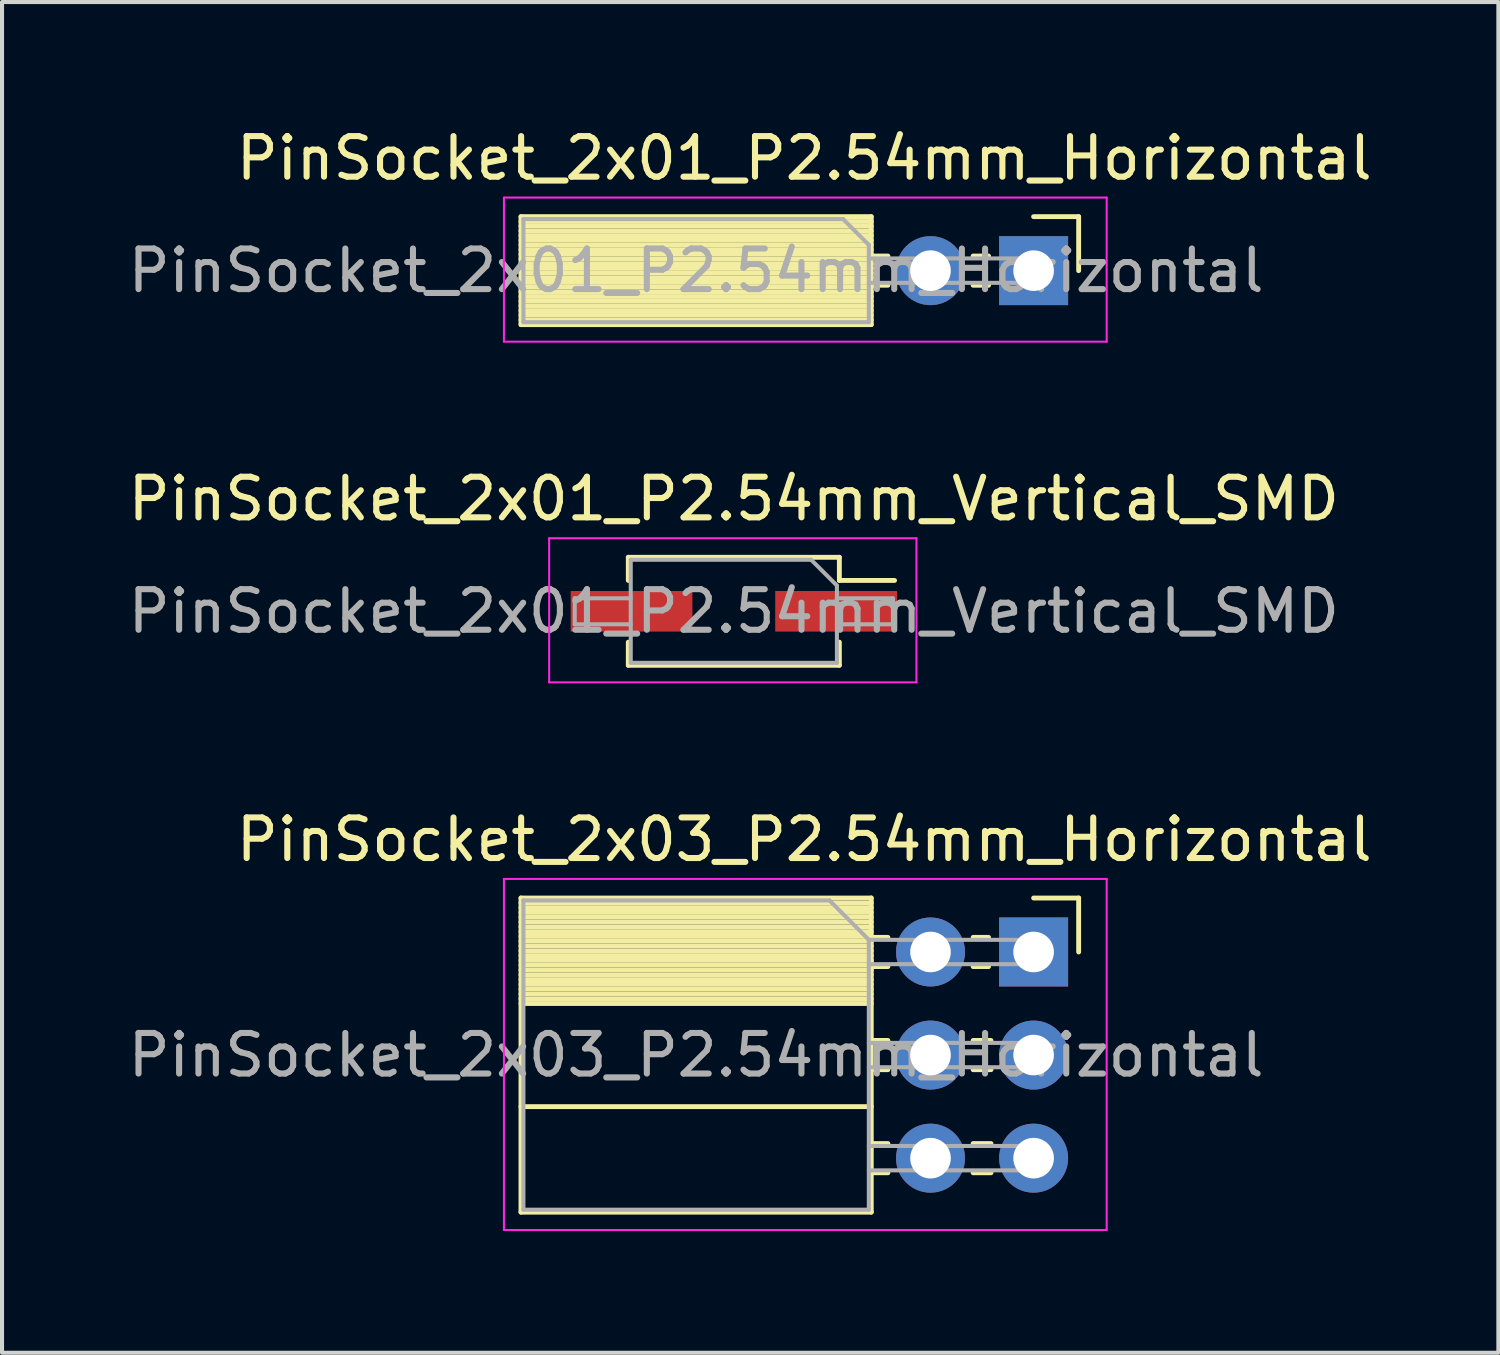
<source format=kicad_pcb>
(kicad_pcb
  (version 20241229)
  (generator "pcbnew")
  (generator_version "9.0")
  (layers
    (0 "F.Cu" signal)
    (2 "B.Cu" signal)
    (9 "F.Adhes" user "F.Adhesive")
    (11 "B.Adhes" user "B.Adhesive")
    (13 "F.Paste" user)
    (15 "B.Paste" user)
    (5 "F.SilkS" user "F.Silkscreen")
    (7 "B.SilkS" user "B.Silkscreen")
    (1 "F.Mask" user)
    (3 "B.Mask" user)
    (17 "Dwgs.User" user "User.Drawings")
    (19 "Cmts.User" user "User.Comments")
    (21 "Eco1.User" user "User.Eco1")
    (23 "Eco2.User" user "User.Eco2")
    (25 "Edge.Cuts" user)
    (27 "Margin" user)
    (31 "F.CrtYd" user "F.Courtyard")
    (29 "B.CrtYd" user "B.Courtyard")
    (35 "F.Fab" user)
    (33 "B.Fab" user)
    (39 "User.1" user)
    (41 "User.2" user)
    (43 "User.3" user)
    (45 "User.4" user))
  (footprint "PinSocket_2x01_P2.54mm_Horizontal"
    (layer "F.Cu")
    (at 22.416 3.618)
    (property "Reference" "PinSocket_2x01_P2.54mm_Horizontal" (at -5.65 -2.77 0) (layer "F.SilkS") (effects (font (size 1 1) (thickness 0.15))))
    (attr through_hole)
    (fp_line (start -12.63 -1.33) (end -12.63 1.33) (stroke (width 0.12) (type solid)) (layer "F.SilkS"))
    (fp_line (start -12.63 -1.33) (end -4 -1.33) (stroke (width 0.12) (type solid)) (layer "F.SilkS"))
    (fp_line (start -12.63 -1.21) (end -4 -1.21) (stroke (width 0.12) (type solid)) (layer "F.SilkS"))
    (fp_line (start -12.63 -1.095) (end -4 -1.095) (stroke (width 0.12) (type solid)) (layer "F.SilkS"))
    (fp_line (start -12.63 -0.979) (end -4 -0.979) (stroke (width 0.12) (type solid)) (layer "F.SilkS"))
    (fp_line (start -12.63 -0.864) (end -4 -0.864) (stroke (width 0.12) (type solid)) (layer "F.SilkS"))
    (fp_line (start -12.63 -0.748) (end -4 -0.748) (stroke (width 0.12) (type solid)) (layer "F.SilkS"))
    (fp_line (start -12.63 -0.633) (end -4 -0.633) (stroke (width 0.12) (type solid)) (layer "F.SilkS"))
    (fp_line (start -12.63 -0.517) (end -4 -0.517) (stroke (width 0.12) (type solid)) (layer "F.SilkS"))
    (fp_line (start -12.63 -0.402) (end -4 -0.402) (stroke (width 0.12) (type solid)) (layer "F.SilkS"))
    (fp_line (start -12.63 -0.286) (end -4 -0.286) (stroke (width 0.12) (type solid)) (layer "F.SilkS"))
    (fp_line (start -12.63 -0.171) (end -4 -0.171) (stroke (width 0.12) (type solid)) (layer "F.SilkS"))
    (fp_line (start -12.63 -0.055) (end -4 -0.055) (stroke (width 0.12) (type solid)) (layer "F.SilkS"))
    (fp_line (start -12.63 0.06) (end -4 0.06) (stroke (width 0.12) (type solid)) (layer "F.SilkS"))
    (fp_line (start -12.63 0.175) (end -4 0.175) (stroke (width 0.12) (type solid)) (layer "F.SilkS"))
    (fp_line (start -12.63 0.291) (end -4 0.291) (stroke (width 0.12) (type solid)) (layer "F.SilkS"))
    (fp_line (start -12.63 0.406) (end -4 0.406) (stroke (width 0.12) (type solid)) (layer "F.SilkS"))
    (fp_line (start -12.63 0.522) (end -4 0.522) (stroke (width 0.12) (type solid)) (layer "F.SilkS"))
    (fp_line (start -12.63 0.637) (end -4 0.637) (stroke (width 0.12) (type solid)) (layer "F.SilkS"))
    (fp_line (start -12.63 0.753) (end -4 0.753) (stroke (width 0.12) (type solid)) (layer "F.SilkS"))
    (fp_line (start -12.63 0.868) (end -4 0.868) (stroke (width 0.12) (type solid)) (layer "F.SilkS"))
    (fp_line (start -12.63 0.984) (end -4 0.984) (stroke (width 0.12) (type solid)) (layer "F.SilkS"))
    (fp_line (start -12.63 1.099) (end -4 1.099) (stroke (width 0.12) (type solid)) (layer "F.SilkS"))
    (fp_line (start -12.63 1.215) (end -4 1.215) (stroke (width 0.12) (type solid)) (layer "F.SilkS"))
    (fp_line (start -12.63 1.33) (end -4 1.33) (stroke (width 0.12) (type solid)) (layer "F.SilkS"))
    (fp_line (start -4 -1.33) (end -4 1.33) (stroke (width 0.12) (type solid)) (layer "F.SilkS"))
    (fp_line (start -4 -0.36) (end -3.59 -0.36) (stroke (width 0.12) (type solid)) (layer "F.SilkS"))
    (fp_line (start -4 0.36) (end -3.59 0.36) (stroke (width 0.12) (type solid)) (layer "F.SilkS"))
    (fp_line (start -1.49 -0.36) (end -1.11 -0.36) (stroke (width 0.12) (type solid)) (layer "F.SilkS"))
    (fp_line (start -1.49 0.36) (end -1.11 0.36) (stroke (width 0.12) (type solid)) (layer "F.SilkS"))
    (fp_line (start 0 -1.33) (end 1.11 -1.33) (stroke (width 0.12) (type solid)) (layer "F.SilkS"))
    (fp_line (start 1.11 -1.33) (end 1.11 0) (stroke (width 0.12) (type solid)) (layer "F.SilkS"))
    (fp_line (start -13.05 -1.8) (end -13.05 1.75) (stroke (width 0.05) (type solid)) (layer "F.CrtYd"))
    (fp_line (start -13.05 1.75) (end 1.8 1.75) (stroke (width 0.05) (type solid)) (layer "F.CrtYd"))
    (fp_line (start 1.8 -1.8) (end -13.05 -1.8) (stroke (width 0.05) (type solid)) (layer "F.CrtYd"))
    (fp_line (start 1.8 1.75) (end 1.8 -1.8) (stroke (width 0.05) (type solid)) (layer "F.CrtYd"))
    (fp_line (start -12.57 -1.27) (end -4.695 -1.27) (stroke (width 0.1) (type solid)) (layer "F.Fab"))
    (fp_line (start -12.57 1.27) (end -12.57 -1.27) (stroke (width 0.1) (type solid)) (layer "F.Fab"))
    (fp_line (start -4.695 -1.27) (end -4.06 -0.635) (stroke (width 0.1) (type solid)) (layer "F.Fab"))
    (fp_line (start -4.06 -0.635) (end -4.06 1.27) (stroke (width 0.1) (type solid)) (layer "F.Fab"))
    (fp_line (start -4.06 0.3) (end 0 0.3) (stroke (width 0.1) (type solid)) (layer "F.Fab"))
    (fp_line (start -4.06 1.27) (end -12.57 1.27) (stroke (width 0.1) (type solid)) (layer "F.Fab"))
    (fp_line (start 0 -0.3) (end -4.06 -0.3) (stroke (width 0.1) (type solid)) (layer "F.Fab"))
    (fp_line (start 0 0.3) (end 0 -0.3) (stroke (width 0.1) (type solid)) (layer "F.Fab"))
    (fp_text user "${REFERENCE}" (at -8.315 0 0) (layer "F.Fab") (effects (font (size 1 1) (thickness 0.15))))
    (pad "1" thru_hole rect (at 0 0) (size 1.7 1.7) (drill 1) (layers "*.Cu" "*.Mask"))
    (pad "2" thru_hole oval (at -2.54 0) (size 1.7 1.7) (drill 1) (layers "*.Cu" "*.Mask")))
  (footprint "PinSocket_2x03_P2.54mm_Horizontal"
    (layer "F.Cu")
    (at 22.416 20.405)
    (property "Reference" "PinSocket_2x03_P2.54mm_Horizontal" (at -5.65 -2.77 0) (layer "F.SilkS") (effects (font (size 1 1) (thickness 0.15))))
    (attr through_hole)
    (fp_line (start -12.63 -1.33) (end -12.63 6.41) (stroke (width 0.12) (type solid)) (layer "F.SilkS"))
    (fp_line (start -12.63 -1.33) (end -4 -1.33) (stroke (width 0.12) (type solid)) (layer "F.SilkS"))
    (fp_line (start -12.63 -1.21) (end -4 -1.21) (stroke (width 0.12) (type solid)) (layer "F.SilkS"))
    (fp_line (start -12.63 -1.092) (end -4 -1.092) (stroke (width 0.12) (type solid)) (layer "F.SilkS"))
    (fp_line (start -12.63 -0.974) (end -4 -0.974) (stroke (width 0.12) (type solid)) (layer "F.SilkS"))
    (fp_line (start -12.63 -0.856) (end -4 -0.856) (stroke (width 0.12) (type solid)) (layer "F.SilkS"))
    (fp_line (start -12.63 -0.738) (end -4 -0.738) (stroke (width 0.12) (type solid)) (layer "F.SilkS"))
    (fp_line (start -12.63 -0.62) (end -4 -0.62) (stroke (width 0.12) (type solid)) (layer "F.SilkS"))
    (fp_line (start -12.63 -0.501) (end -4 -0.501) (stroke (width 0.12) (type solid)) (layer "F.SilkS"))
    (fp_line (start -12.63 -0.383) (end -4 -0.383) (stroke (width 0.12) (type solid)) (layer "F.SilkS"))
    (fp_line (start -12.63 -0.265) (end -4 -0.265) (stroke (width 0.12) (type solid)) (layer "F.SilkS"))
    (fp_line (start -12.63 -0.147) (end -4 -0.147) (stroke (width 0.12) (type solid)) (layer "F.SilkS"))
    (fp_line (start -12.63 -0.029) (end -4 -0.029) (stroke (width 0.12) (type solid)) (layer "F.SilkS"))
    (fp_line (start -12.63 0.089) (end -4 0.089) (stroke (width 0.12) (type solid)) (layer "F.SilkS"))
    (fp_line (start -12.63 0.207) (end -4 0.207) (stroke (width 0.12) (type solid)) (layer "F.SilkS"))
    (fp_line (start -12.63 0.325) (end -4 0.325) (stroke (width 0.12) (type solid)) (layer "F.SilkS"))
    (fp_line (start -12.63 0.443) (end -4 0.443) (stroke (width 0.12) (type solid)) (layer "F.SilkS"))
    (fp_line (start -12.63 0.561) (end -4 0.561) (stroke (width 0.12) (type solid)) (layer "F.SilkS"))
    (fp_line (start -12.63 0.68) (end -4 0.68) (stroke (width 0.12) (type solid)) (layer "F.SilkS"))
    (fp_line (start -12.63 0.798) (end -4 0.798) (stroke (width 0.12) (type solid)) (layer "F.SilkS"))
    (fp_line (start -12.63 0.916) (end -4 0.916) (stroke (width 0.12) (type solid)) (layer "F.SilkS"))
    (fp_line (start -12.63 1.034) (end -4 1.034) (stroke (width 0.12) (type solid)) (layer "F.SilkS"))
    (fp_line (start -12.63 1.152) (end -4 1.152) (stroke (width 0.12) (type solid)) (layer "F.SilkS"))
    (fp_line (start -12.63 1.27) (end -4 1.27) (stroke (width 0.12) (type solid)) (layer "F.SilkS"))
    (fp_line (start -12.63 3.81) (end -4 3.81) (stroke (width 0.12) (type solid)) (layer "F.SilkS"))
    (fp_line (start -12.63 6.41) (end -4 6.41) (stroke (width 0.12) (type solid)) (layer "F.SilkS"))
    (fp_line (start -4 -1.33) (end -4 6.41) (stroke (width 0.12) (type solid)) (layer "F.SilkS"))
    (fp_line (start -4 -0.36) (end -3.59 -0.36) (stroke (width 0.12) (type solid)) (layer "F.SilkS"))
    (fp_line (start -4 0.36) (end -3.59 0.36) (stroke (width 0.12) (type solid)) (layer "F.SilkS"))
    (fp_line (start -4 2.18) (end -3.59 2.18) (stroke (width 0.12) (type solid)) (layer "F.SilkS"))
    (fp_line (start -4 2.9) (end -3.59 2.9) (stroke (width 0.12) (type solid)) (layer "F.SilkS"))
    (fp_line (start -4 4.72) (end -3.59 4.72) (stroke (width 0.12) (type solid)) (layer "F.SilkS"))
    (fp_line (start -4 5.44) (end -3.59 5.44) (stroke (width 0.12) (type solid)) (layer "F.SilkS"))
    (fp_line (start -1.49 -0.36) (end -1.11 -0.36) (stroke (width 0.12) (type solid)) (layer "F.SilkS"))
    (fp_line (start -1.49 0.36) (end -1.11 0.36) (stroke (width 0.12) (type solid)) (layer "F.SilkS"))
    (fp_line (start -1.49 2.18) (end -1.05 2.18) (stroke (width 0.12) (type solid)) (layer "F.SilkS"))
    (fp_line (start -1.49 2.9) (end -1.05 2.9) (stroke (width 0.12) (type solid)) (layer "F.SilkS"))
    (fp_line (start -1.49 4.72) (end -1.05 4.72) (stroke (width 0.12) (type solid)) (layer "F.SilkS"))
    (fp_line (start -1.49 5.44) (end -1.05 5.44) (stroke (width 0.12) (type solid)) (layer "F.SilkS"))
    (fp_line (start 0 -1.33) (end 1.11 -1.33) (stroke (width 0.12) (type solid)) (layer "F.SilkS"))
    (fp_line (start 1.11 -1.33) (end 1.11 0) (stroke (width 0.12) (type solid)) (layer "F.SilkS"))
    (fp_line (start -13.05 -1.8) (end -13.05 6.85) (stroke (width 0.05) (type solid)) (layer "F.CrtYd"))
    (fp_line (start -13.05 6.85) (end 1.8 6.85) (stroke (width 0.05) (type solid)) (layer "F.CrtYd"))
    (fp_line (start 1.8 -1.8) (end -13.05 -1.8) (stroke (width 0.05) (type solid)) (layer "F.CrtYd"))
    (fp_line (start 1.8 6.85) (end 1.8 -1.8) (stroke (width 0.05) (type solid)) (layer "F.CrtYd"))
    (fp_line (start -12.57 -1.27) (end -5.03 -1.27) (stroke (width 0.1) (type solid)) (layer "F.Fab"))
    (fp_line (start -12.57 6.35) (end -12.57 -1.27) (stroke (width 0.1) (type solid)) (layer "F.Fab"))
    (fp_line (start -5.03 -1.27) (end -4.06 -0.3) (stroke (width 0.1) (type solid)) (layer "F.Fab"))
    (fp_line (start -4.06 -0.3) (end -4.06 6.35) (stroke (width 0.1) (type solid)) (layer "F.Fab"))
    (fp_line (start -4.06 0.3) (end 0 0.3) (stroke (width 0.1) (type solid)) (layer "F.Fab"))
    (fp_line (start -4.06 2.84) (end 0 2.84) (stroke (width 0.1) (type solid)) (layer "F.Fab"))
    (fp_line (start -4.06 5.38) (end 0 5.38) (stroke (width 0.1) (type solid)) (layer "F.Fab"))
    (fp_line (start -4.06 6.35) (end -12.57 6.35) (stroke (width 0.1) (type solid)) (layer "F.Fab"))
    (fp_line (start 0 -0.3) (end -4.06 -0.3) (stroke (width 0.1) (type solid)) (layer "F.Fab"))
    (fp_line (start 0 0.3) (end 0 -0.3) (stroke (width 0.1) (type solid)) (layer "F.Fab"))
    (fp_line (start 0 2.24) (end -4.06 2.24) (stroke (width 0.1) (type solid)) (layer "F.Fab"))
    (fp_line (start 0 2.84) (end 0 2.24) (stroke (width 0.1) (type solid)) (layer "F.Fab"))
    (fp_line (start 0 4.78) (end -4.06 4.78) (stroke (width 0.1) (type solid)) (layer "F.Fab"))
    (fp_line (start 0 5.38) (end 0 4.78) (stroke (width 0.1) (type solid)) (layer "F.Fab"))
    (fp_text user "${REFERENCE}" (at -8.315 2.54 0) (layer "F.Fab") (effects (font (size 1 1) (thickness 0.15))))
    (pad "1" thru_hole rect (at 0 0) (size 1.7 1.7) (drill 1) (layers "*.Cu" "*.Mask"))
    (pad "2" thru_hole oval (at -2.54 0) (size 1.7 1.7) (drill 1) (layers "*.Cu" "*.Mask"))
    (pad "3" thru_hole oval (at 0 2.54) (size 1.7 1.7) (drill 1) (layers "*.Cu" "*.Mask"))
    (pad "4" thru_hole oval (at -2.54 2.54) (size 1.7 1.7) (drill 1) (layers "*.Cu" "*.Mask"))
    (pad "5" thru_hole oval (at 0 5.08) (size 1.7 1.7) (drill 1) (layers "*.Cu" "*.Mask"))
    (pad "6" thru_hole oval (at -2.54 5.08) (size 1.7 1.7) (drill 1) (layers "*.Cu" "*.Mask")))
  (footprint "PinSocket_2x01_P2.54mm_Vertical_SMD"
    (layer "F.Cu")
    (at 15.03 12.011)
    (property "Reference" "PinSocket_2x01_P2.54mm_Vertical_SMD" (at 0 -2.77 0) (layer "F.SilkS") (effects (font (size 1 1) (thickness 0.15))))
    (attr smd)
    (fp_line (start -2.6 -1.33) (end -2.6 -0.76) (stroke (width 0.12) (type solid)) (layer "F.SilkS"))
    (fp_line (start -2.6 -1.33) (end 2.6 -1.33) (stroke (width 0.12) (type solid)) (layer "F.SilkS"))
    (fp_line (start -2.6 0.76) (end -2.6 1.33) (stroke (width 0.12) (type solid)) (layer "F.SilkS"))
    (fp_line (start -2.6 1.33) (end 2.6 1.33) (stroke (width 0.12) (type solid)) (layer "F.SilkS"))
    (fp_line (start 2.6 -1.33) (end 2.6 -0.76) (stroke (width 0.12) (type solid)) (layer "F.SilkS"))
    (fp_line (start 2.6 -0.76) (end 3.96 -0.76) (stroke (width 0.12) (type solid)) (layer "F.SilkS"))
    (fp_line (start 2.6 0.76) (end 2.6 1.33) (stroke (width 0.12) (type solid)) (layer "F.SilkS"))
    (fp_line (start -4.55 -1.8) (end 4.5 -1.8) (stroke (width 0.05) (type solid)) (layer "F.CrtYd"))
    (fp_line (start -4.55 1.75) (end -4.55 -1.8) (stroke (width 0.05) (type solid)) (layer "F.CrtYd"))
    (fp_line (start 4.5 -1.8) (end 4.5 1.75) (stroke (width 0.05) (type solid)) (layer "F.CrtYd"))
    (fp_line (start 4.5 1.75) (end -4.55 1.75) (stroke (width 0.05) (type solid)) (layer "F.CrtYd"))
    (fp_line (start -3.92 -0.32) (end -2.54 -0.32) (stroke (width 0.1) (type solid)) (layer "F.Fab"))
    (fp_line (start -3.92 0.32) (end -3.92 -0.32) (stroke (width 0.1) (type solid)) (layer "F.Fab"))
    (fp_line (start -2.54 -1.27) (end 1.905 -1.27) (stroke (width 0.1) (type solid)) (layer "F.Fab"))
    (fp_line (start -2.54 0.32) (end -3.92 0.32) (stroke (width 0.1) (type solid)) (layer "F.Fab"))
    (fp_line (start -2.54 1.27) (end -2.54 -1.27) (stroke (width 0.1) (type solid)) (layer "F.Fab"))
    (fp_line (start 1.905 -1.27) (end 2.54 -0.635) (stroke (width 0.1) (type solid)) (layer "F.Fab"))
    (fp_line (start 2.54 -0.635) (end 2.54 1.27) (stroke (width 0.1) (type solid)) (layer "F.Fab"))
    (fp_line (start 2.54 -0.32) (end 3.92 -0.32) (stroke (width 0.1) (type solid)) (layer "F.Fab"))
    (fp_line (start 2.54 1.27) (end -2.54 1.27) (stroke (width 0.1) (type solid)) (layer "F.Fab"))
    (fp_line (start 3.92 -0.32) (end 3.92 0.32) (stroke (width 0.1) (type solid)) (layer "F.Fab"))
    (fp_line (start 3.92 0.32) (end 2.54 0.32) (stroke (width 0.1) (type solid)) (layer "F.Fab"))
    (fp_text user "${REFERENCE}" (at 0 0 0) (layer "F.Fab") (effects (font (size 1 1) (thickness 0.15))))
    (pad "1" smd rect (at 2.52 0) (size 3 1) (layers "F.Cu" "F.Mask" "F.Paste"))
    (pad "2" smd rect (at -2.52 0) (size 3 1) (layers "F.Cu" "F.Mask" "F.Paste")))
  (gr_rect
    (start -3 -3)
    (end 33.867 30.28)
    (stroke (width 0.1) (type default))
    (fill no)
    (layer "Edge.Cuts")))
</source>
